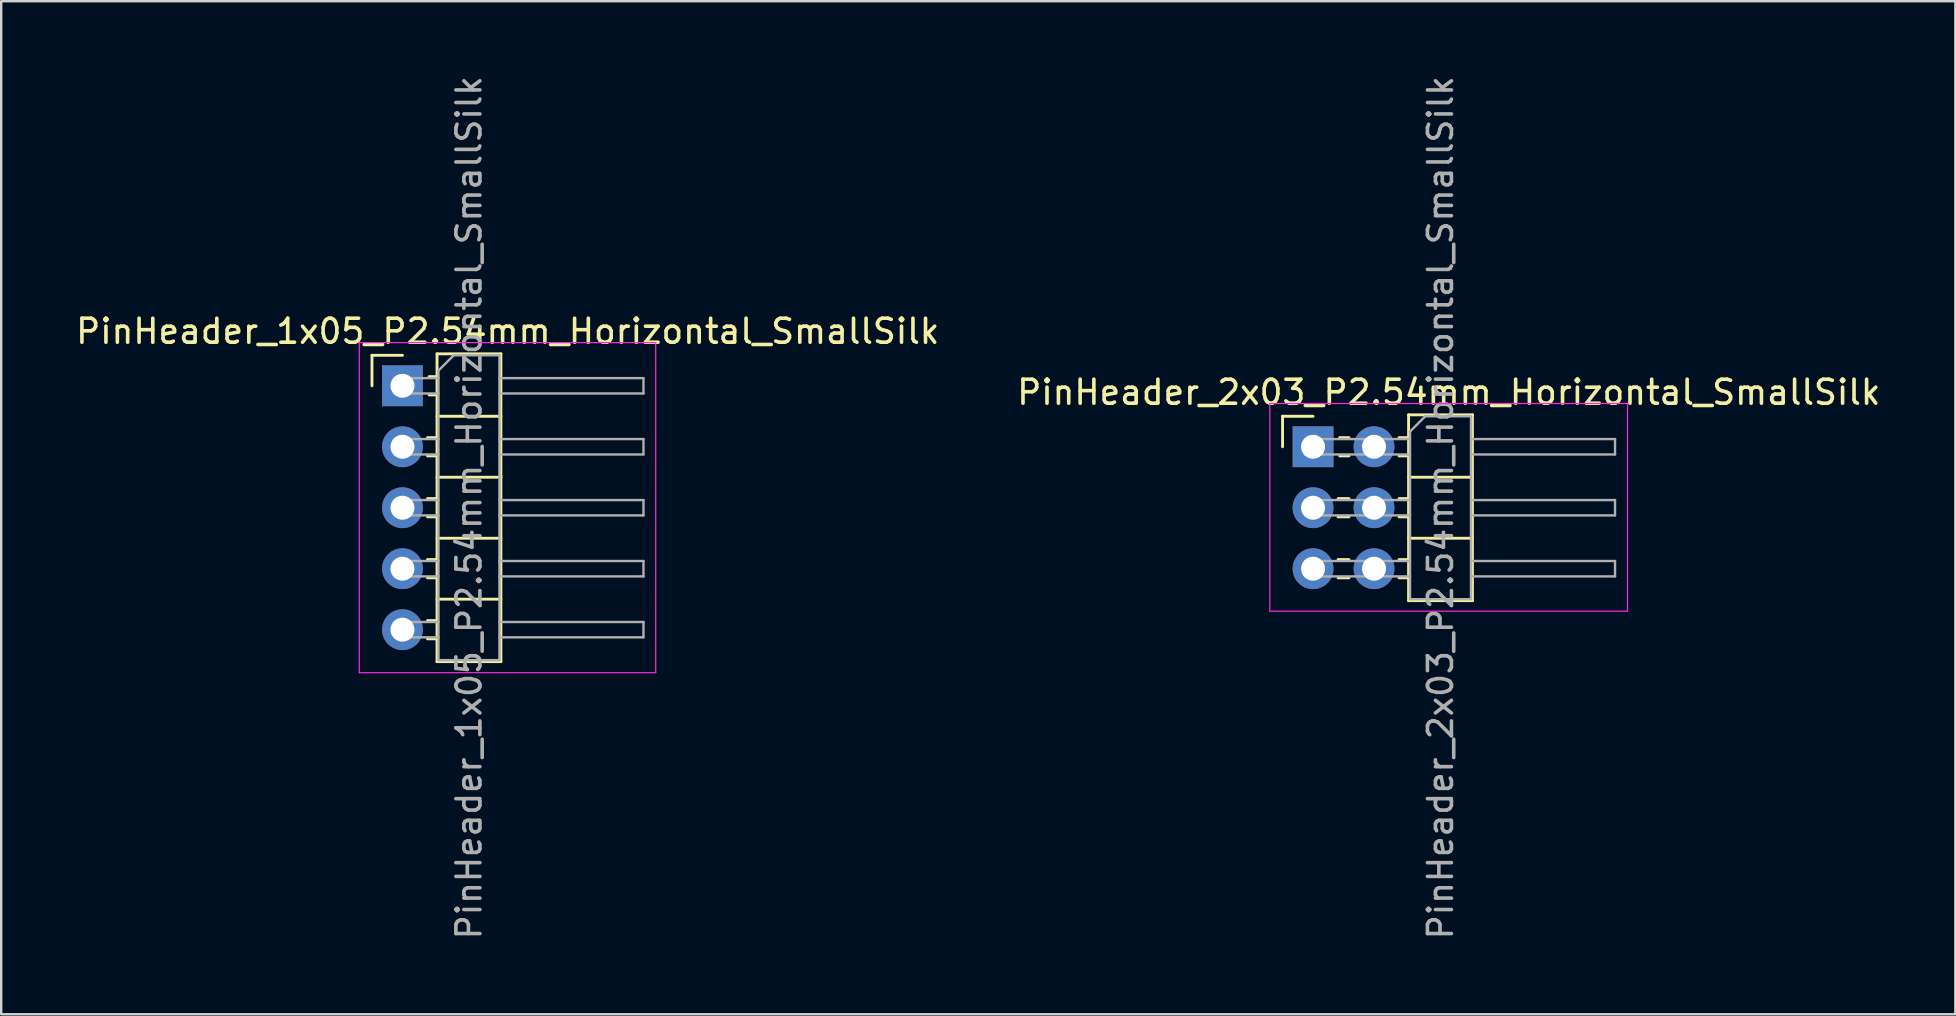
<source format=kicad_pcb>
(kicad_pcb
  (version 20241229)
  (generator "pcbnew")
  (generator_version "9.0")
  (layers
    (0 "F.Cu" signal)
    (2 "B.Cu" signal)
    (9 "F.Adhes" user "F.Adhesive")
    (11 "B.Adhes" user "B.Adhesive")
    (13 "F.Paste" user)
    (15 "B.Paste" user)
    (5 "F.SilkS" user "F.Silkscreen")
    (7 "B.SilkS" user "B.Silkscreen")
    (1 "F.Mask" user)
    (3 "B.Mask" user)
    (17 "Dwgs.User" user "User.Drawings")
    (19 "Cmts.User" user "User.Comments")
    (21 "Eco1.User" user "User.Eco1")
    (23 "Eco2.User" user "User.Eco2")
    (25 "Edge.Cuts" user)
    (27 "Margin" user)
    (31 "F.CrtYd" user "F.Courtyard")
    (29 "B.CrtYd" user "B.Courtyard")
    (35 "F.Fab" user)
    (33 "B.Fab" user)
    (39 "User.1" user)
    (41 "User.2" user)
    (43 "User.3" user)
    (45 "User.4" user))
  (footprint "PinHeader_2x03_P2.54mm_Horizontal_SmallSilk"
    (layer "F.Cu")
    (at 51.649 15.561)
    (property "Reference" "PinHeader_2x03_P2.54mm_Horizontal_SmallSilk" (at 5.655 -2.27 0) (layer "F.SilkS") (effects (font (size 1 1) (thickness 0.15))))
    (attr through_hole)
    (fp_line (start -1.27 -1.27) (end 0 -1.27) (stroke (width 0.12) (type solid)) (layer "F.SilkS"))
    (fp_line (start -1.27 0) (end -1.27 -1.27) (stroke (width 0.12) (type solid)) (layer "F.SilkS"))
    (fp_line (start 1.043 2.16) (end 1.497 2.16) (stroke (width 0.12) (type solid)) (layer "F.SilkS"))
    (fp_line (start 1.043 2.92) (end 1.497 2.92) (stroke (width 0.12) (type solid)) (layer "F.SilkS"))
    (fp_line (start 1.043 4.7) (end 1.497 4.7) (stroke (width 0.12) (type solid)) (layer "F.SilkS"))
    (fp_line (start 1.043 5.46) (end 1.497 5.46) (stroke (width 0.12) (type solid)) (layer "F.SilkS"))
    (fp_line (start 1.11 -0.38) (end 1.497 -0.38) (stroke (width 0.12) (type solid)) (layer "F.SilkS"))
    (fp_line (start 1.11 0.38) (end 1.497 0.38) (stroke (width 0.12) (type solid)) (layer "F.SilkS"))
    (fp_line (start 3.583 -0.38) (end 3.98 -0.38) (stroke (width 0.12) (type solid)) (layer "F.SilkS"))
    (fp_line (start 3.583 0.38) (end 3.98 0.38) (stroke (width 0.12) (type solid)) (layer "F.SilkS"))
    (fp_line (start 3.583 2.16) (end 3.98 2.16) (stroke (width 0.12) (type solid)) (layer "F.SilkS"))
    (fp_line (start 3.583 2.92) (end 3.98 2.92) (stroke (width 0.12) (type solid)) (layer "F.SilkS"))
    (fp_line (start 3.583 4.7) (end 3.98 4.7) (stroke (width 0.12) (type solid)) (layer "F.SilkS"))
    (fp_line (start 3.583 5.46) (end 3.98 5.46) (stroke (width 0.12) (type solid)) (layer "F.SilkS"))
    (fp_line (start 3.98 -1.33) (end 3.98 6.41) (stroke (width 0.12) (type solid)) (layer "F.SilkS"))
    (fp_line (start 3.98 1.27) (end 6.64 1.27) (stroke (width 0.12) (type solid)) (layer "F.SilkS"))
    (fp_line (start 3.98 3.81) (end 6.64 3.81) (stroke (width 0.12) (type solid)) (layer "F.SilkS"))
    (fp_line (start 3.98 6.41) (end 6.64 6.41) (stroke (width 0.12) (type solid)) (layer "F.SilkS"))
    (fp_line (start 6.64 -1.33) (end 3.98 -1.33) (stroke (width 0.12) (type solid)) (layer "F.SilkS"))
    (fp_line (start 6.64 6.41) (end 6.64 -1.33) (stroke (width 0.12) (type solid)) (layer "F.SilkS"))
    (fp_line (start -1.8 -1.8) (end -1.8 6.85) (stroke (width 0.05) (type solid)) (layer "F.CrtYd"))
    (fp_line (start -1.8 6.85) (end 13.1 6.85) (stroke (width 0.05) (type solid)) (layer "F.CrtYd"))
    (fp_line (start 13.1 -1.8) (end -1.8 -1.8) (stroke (width 0.05) (type solid)) (layer "F.CrtYd"))
    (fp_line (start 13.1 6.85) (end 13.1 -1.8) (stroke (width 0.05) (type solid)) (layer "F.CrtYd"))
    (fp_line (start -0.32 -0.32) (end -0.32 0.32) (stroke (width 0.1) (type solid)) (layer "F.Fab"))
    (fp_line (start -0.32 -0.32) (end 4.04 -0.32) (stroke (width 0.1) (type solid)) (layer "F.Fab"))
    (fp_line (start -0.32 0.32) (end 4.04 0.32) (stroke (width 0.1) (type solid)) (layer "F.Fab"))
    (fp_line (start -0.32 2.22) (end -0.32 2.86) (stroke (width 0.1) (type solid)) (layer "F.Fab"))
    (fp_line (start -0.32 2.22) (end 4.04 2.22) (stroke (width 0.1) (type solid)) (layer "F.Fab"))
    (fp_line (start -0.32 2.86) (end 4.04 2.86) (stroke (width 0.1) (type solid)) (layer "F.Fab"))
    (fp_line (start -0.32 4.76) (end -0.32 5.4) (stroke (width 0.1) (type solid)) (layer "F.Fab"))
    (fp_line (start -0.32 4.76) (end 4.04 4.76) (stroke (width 0.1) (type solid)) (layer "F.Fab"))
    (fp_line (start -0.32 5.4) (end 4.04 5.4) (stroke (width 0.1) (type solid)) (layer "F.Fab"))
    (fp_line (start 4.04 -0.635) (end 4.675 -1.27) (stroke (width 0.1) (type solid)) (layer "F.Fab"))
    (fp_line (start 4.04 6.35) (end 4.04 -0.635) (stroke (width 0.1) (type solid)) (layer "F.Fab"))
    (fp_line (start 4.675 -1.27) (end 6.58 -1.27) (stroke (width 0.1) (type solid)) (layer "F.Fab"))
    (fp_line (start 6.58 -1.27) (end 6.58 6.35) (stroke (width 0.1) (type solid)) (layer "F.Fab"))
    (fp_line (start 6.58 -0.32) (end 12.58 -0.32) (stroke (width 0.1) (type solid)) (layer "F.Fab"))
    (fp_line (start 6.58 0.32) (end 12.58 0.32) (stroke (width 0.1) (type solid)) (layer "F.Fab"))
    (fp_line (start 6.58 2.22) (end 12.58 2.22) (stroke (width 0.1) (type solid)) (layer "F.Fab"))
    (fp_line (start 6.58 2.86) (end 12.58 2.86) (stroke (width 0.1) (type solid)) (layer "F.Fab"))
    (fp_line (start 6.58 4.76) (end 12.58 4.76) (stroke (width 0.1) (type solid)) (layer "F.Fab"))
    (fp_line (start 6.58 5.4) (end 12.58 5.4) (stroke (width 0.1) (type solid)) (layer "F.Fab"))
    (fp_line (start 6.58 6.35) (end 4.04 6.35) (stroke (width 0.1) (type solid)) (layer "F.Fab"))
    (fp_line (start 12.58 -0.32) (end 12.58 0.32) (stroke (width 0.1) (type solid)) (layer "F.Fab"))
    (fp_line (start 12.58 2.22) (end 12.58 2.86) (stroke (width 0.1) (type solid)) (layer "F.Fab"))
    (fp_line (start 12.58 4.76) (end 12.58 5.4) (stroke (width 0.1) (type solid)) (layer "F.Fab"))
    (fp_text user "${REFERENCE}" (at 5.31 2.54 90) (layer "F.Fab") (effects (font (size 1 1) (thickness 0.15))))
    (pad "1" thru_hole rect (at 0 0) (size 1.7 1.7) (drill 1) (layers "*.Cu" "*.Mask"))
    (pad "2" thru_hole oval (at 2.54 0) (size 1.7 1.7) (drill 1) (layers "*.Cu" "*.Mask"))
    (pad "3" thru_hole oval (at 0 2.54) (size 1.7 1.7) (drill 1) (layers "*.Cu" "*.Mask"))
    (pad "4" thru_hole oval (at 2.54 2.54) (size 1.7 1.7) (drill 1) (layers "*.Cu" "*.Mask"))
    (pad "5" thru_hole oval (at 0 5.08) (size 1.7 1.7) (drill 1) (layers "*.Cu" "*.Mask"))
    (pad "6" thru_hole oval (at 2.54 5.08) (size 1.7 1.7) (drill 1) (layers "*.Cu" "*.Mask")))
  (footprint "PinHeader_1x05_P2.54mm_Horizontal_SmallSilk"
    (layer "F.Cu")
    (at 13.716 13.021)
    (property "Reference" "PinHeader_1x05_P2.54mm_Horizontal_SmallSilk" (at 4.385 -2.27 0) (layer "F.SilkS") (effects (font (size 1 1) (thickness 0.15))))
    (attr through_hole)
    (fp_line (start -1.27 -1.27) (end 0 -1.27) (stroke (width 0.12) (type solid)) (layer "F.SilkS"))
    (fp_line (start -1.27 0) (end -1.27 -1.27) (stroke (width 0.12) (type solid)) (layer "F.SilkS"))
    (fp_line (start 1.043 2.16) (end 1.44 2.16) (stroke (width 0.12) (type solid)) (layer "F.SilkS"))
    (fp_line (start 1.043 2.92) (end 1.44 2.92) (stroke (width 0.12) (type solid)) (layer "F.SilkS"))
    (fp_line (start 1.043 4.7) (end 1.44 4.7) (stroke (width 0.12) (type solid)) (layer "F.SilkS"))
    (fp_line (start 1.043 5.46) (end 1.44 5.46) (stroke (width 0.12) (type solid)) (layer "F.SilkS"))
    (fp_line (start 1.043 7.24) (end 1.44 7.24) (stroke (width 0.12) (type solid)) (layer "F.SilkS"))
    (fp_line (start 1.043 8) (end 1.44 8) (stroke (width 0.12) (type solid)) (layer "F.SilkS"))
    (fp_line (start 1.043 9.78) (end 1.44 9.78) (stroke (width 0.12) (type solid)) (layer "F.SilkS"))
    (fp_line (start 1.043 10.54) (end 1.44 10.54) (stroke (width 0.12) (type solid)) (layer "F.SilkS"))
    (fp_line (start 1.11 -0.38) (end 1.44 -0.38) (stroke (width 0.12) (type solid)) (layer "F.SilkS"))
    (fp_line (start 1.11 0.38) (end 1.44 0.38) (stroke (width 0.12) (type solid)) (layer "F.SilkS"))
    (fp_line (start 1.44 -1.33) (end 1.44 11.49) (stroke (width 0.12) (type solid)) (layer "F.SilkS"))
    (fp_line (start 1.44 1.27) (end 4.1 1.27) (stroke (width 0.12) (type solid)) (layer "F.SilkS"))
    (fp_line (start 1.44 3.81) (end 4.1 3.81) (stroke (width 0.12) (type solid)) (layer "F.SilkS"))
    (fp_line (start 1.44 6.35) (end 4.1 6.35) (stroke (width 0.12) (type solid)) (layer "F.SilkS"))
    (fp_line (start 1.44 8.89) (end 4.1 8.89) (stroke (width 0.12) (type solid)) (layer "F.SilkS"))
    (fp_line (start 1.44 11.49) (end 4.1 11.49) (stroke (width 0.12) (type solid)) (layer "F.SilkS"))
    (fp_line (start 4.1 -1.33) (end 1.44 -1.33) (stroke (width 0.12) (type solid)) (layer "F.SilkS"))
    (fp_line (start 4.1 11.49) (end 4.1 -1.33) (stroke (width 0.12) (type solid)) (layer "F.SilkS"))
    (fp_line (start -1.8 -1.8) (end -1.8 11.95) (stroke (width 0.05) (type solid)) (layer "F.CrtYd"))
    (fp_line (start -1.8 11.95) (end 10.55 11.95) (stroke (width 0.05) (type solid)) (layer "F.CrtYd"))
    (fp_line (start 10.55 -1.8) (end -1.8 -1.8) (stroke (width 0.05) (type solid)) (layer "F.CrtYd"))
    (fp_line (start 10.55 11.95) (end 10.55 -1.8) (stroke (width 0.05) (type solid)) (layer "F.CrtYd"))
    (fp_line (start -0.32 -0.32) (end -0.32 0.32) (stroke (width 0.1) (type solid)) (layer "F.Fab"))
    (fp_line (start -0.32 -0.32) (end 1.5 -0.32) (stroke (width 0.1) (type solid)) (layer "F.Fab"))
    (fp_line (start -0.32 0.32) (end 1.5 0.32) (stroke (width 0.1) (type solid)) (layer "F.Fab"))
    (fp_line (start -0.32 2.22) (end -0.32 2.86) (stroke (width 0.1) (type solid)) (layer "F.Fab"))
    (fp_line (start -0.32 2.22) (end 1.5 2.22) (stroke (width 0.1) (type solid)) (layer "F.Fab"))
    (fp_line (start -0.32 2.86) (end 1.5 2.86) (stroke (width 0.1) (type solid)) (layer "F.Fab"))
    (fp_line (start -0.32 4.76) (end -0.32 5.4) (stroke (width 0.1) (type solid)) (layer "F.Fab"))
    (fp_line (start -0.32 4.76) (end 1.5 4.76) (stroke (width 0.1) (type solid)) (layer "F.Fab"))
    (fp_line (start -0.32 5.4) (end 1.5 5.4) (stroke (width 0.1) (type solid)) (layer "F.Fab"))
    (fp_line (start -0.32 7.3) (end -0.32 7.94) (stroke (width 0.1) (type solid)) (layer "F.Fab"))
    (fp_line (start -0.32 7.3) (end 1.5 7.3) (stroke (width 0.1) (type solid)) (layer "F.Fab"))
    (fp_line (start -0.32 7.94) (end 1.5 7.94) (stroke (width 0.1) (type solid)) (layer "F.Fab"))
    (fp_line (start -0.32 9.84) (end -0.32 10.48) (stroke (width 0.1) (type solid)) (layer "F.Fab"))
    (fp_line (start -0.32 9.84) (end 1.5 9.84) (stroke (width 0.1) (type solid)) (layer "F.Fab"))
    (fp_line (start -0.32 10.48) (end 1.5 10.48) (stroke (width 0.1) (type solid)) (layer "F.Fab"))
    (fp_line (start 1.5 -0.635) (end 2.135 -1.27) (stroke (width 0.1) (type solid)) (layer "F.Fab"))
    (fp_line (start 1.5 11.43) (end 1.5 -0.635) (stroke (width 0.1) (type solid)) (layer "F.Fab"))
    (fp_line (start 2.135 -1.27) (end 4.04 -1.27) (stroke (width 0.1) (type solid)) (layer "F.Fab"))
    (fp_line (start 4.04 -1.27) (end 4.04 11.43) (stroke (width 0.1) (type solid)) (layer "F.Fab"))
    (fp_line (start 4.04 -0.32) (end 10.04 -0.32) (stroke (width 0.1) (type solid)) (layer "F.Fab"))
    (fp_line (start 4.04 0.32) (end 10.04 0.32) (stroke (width 0.1) (type solid)) (layer "F.Fab"))
    (fp_line (start 4.04 2.22) (end 10.04 2.22) (stroke (width 0.1) (type solid)) (layer "F.Fab"))
    (fp_line (start 4.04 2.86) (end 10.04 2.86) (stroke (width 0.1) (type solid)) (layer "F.Fab"))
    (fp_line (start 4.04 4.76) (end 10.04 4.76) (stroke (width 0.1) (type solid)) (layer "F.Fab"))
    (fp_line (start 4.04 5.4) (end 10.04 5.4) (stroke (width 0.1) (type solid)) (layer "F.Fab"))
    (fp_line (start 4.04 7.3) (end 10.04 7.3) (stroke (width 0.1) (type solid)) (layer "F.Fab"))
    (fp_line (start 4.04 7.94) (end 10.04 7.94) (stroke (width 0.1) (type solid)) (layer "F.Fab"))
    (fp_line (start 4.04 9.84) (end 10.04 9.84) (stroke (width 0.1) (type solid)) (layer "F.Fab"))
    (fp_line (start 4.04 10.48) (end 10.04 10.48) (stroke (width 0.1) (type solid)) (layer "F.Fab"))
    (fp_line (start 4.04 11.43) (end 1.5 11.43) (stroke (width 0.1) (type solid)) (layer "F.Fab"))
    (fp_line (start 10.04 -0.32) (end 10.04 0.32) (stroke (width 0.1) (type solid)) (layer "F.Fab"))
    (fp_line (start 10.04 2.22) (end 10.04 2.86) (stroke (width 0.1) (type solid)) (layer "F.Fab"))
    (fp_line (start 10.04 4.76) (end 10.04 5.4) (stroke (width 0.1) (type solid)) (layer "F.Fab"))
    (fp_line (start 10.04 7.3) (end 10.04 7.94) (stroke (width 0.1) (type solid)) (layer "F.Fab"))
    (fp_line (start 10.04 9.84) (end 10.04 10.48) (stroke (width 0.1) (type solid)) (layer "F.Fab"))
    (fp_text user "${REFERENCE}" (at 2.77 5.08 90) (layer "F.Fab") (effects (font (size 1 1) (thickness 0.15))))
    (pad "1" thru_hole rect (at 0 0) (size 1.7 1.7) (drill 1) (layers "*.Cu" "*.Mask"))
    (pad "2" thru_hole oval (at 0 2.54) (size 1.7 1.7) (drill 1) (layers "*.Cu" "*.Mask"))
    (pad "3" thru_hole oval (at 0 5.08) (size 1.7 1.7) (drill 1) (layers "*.Cu" "*.Mask"))
    (pad "4" thru_hole oval (at 0 7.62) (size 1.7 1.7) (drill 1) (layers "*.Cu" "*.Mask"))
    (pad "5" thru_hole oval (at 0 10.16) (size 1.7 1.7) (drill 1) (layers "*.Cu" "*.Mask")))
  (gr_rect
    (start -3 -3)
    (end 78.405 39.202)
    (stroke (width 0.1) (type default))
    (fill no)
    (layer "Edge.Cuts")))
</source>
